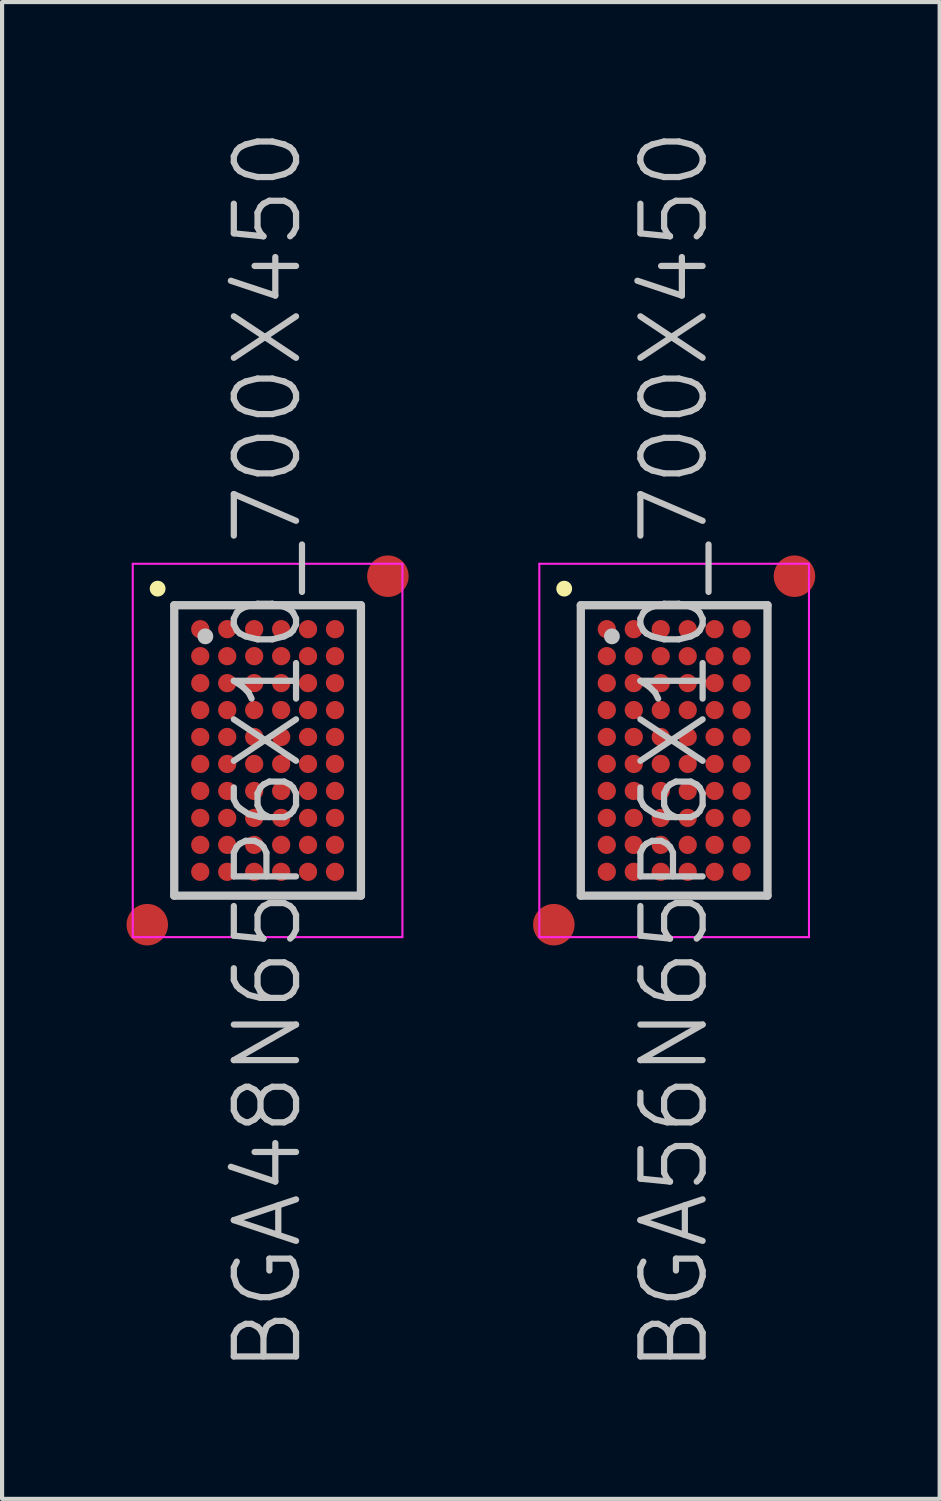
<source format=kicad_pcb>
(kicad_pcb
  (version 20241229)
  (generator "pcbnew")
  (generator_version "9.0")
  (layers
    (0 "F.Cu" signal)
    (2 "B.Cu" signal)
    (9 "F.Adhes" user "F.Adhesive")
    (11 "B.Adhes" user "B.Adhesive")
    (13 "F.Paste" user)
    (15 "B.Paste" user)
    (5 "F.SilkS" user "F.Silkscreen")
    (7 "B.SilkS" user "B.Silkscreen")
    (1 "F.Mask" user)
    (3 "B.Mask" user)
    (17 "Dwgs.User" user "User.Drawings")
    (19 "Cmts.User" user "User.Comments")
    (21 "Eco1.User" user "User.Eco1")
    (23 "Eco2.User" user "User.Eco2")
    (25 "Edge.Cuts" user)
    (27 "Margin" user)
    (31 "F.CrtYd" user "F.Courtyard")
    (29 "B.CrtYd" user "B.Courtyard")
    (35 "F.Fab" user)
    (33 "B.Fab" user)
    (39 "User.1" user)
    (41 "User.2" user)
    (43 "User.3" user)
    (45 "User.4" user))
  (footprint "BGA48N65P6X10_700X450"
    (layer "F.Cu")
    (at 3.4 15.039)
    (property "Reference" "BGA48N65P6X10_700X450" (at 0 0 90) (layer "Dwgs.User") (effects (font (size 1.5 1.5) (thickness 0.15))))
    (attr smd)
    (fp_line (start -2.65 -3.9) (end -2.65 -3.9) (stroke (width 0.381) (type solid)) (layer "F.SilkS"))
    (fp_line (start -2.25 -3.5) (end -2.25 3.5) (stroke (width 0.2) (type solid)) (layer "Dwgs.User"))
    (fp_line (start -2.25 -3.5) (end 2.25 -3.5) (stroke (width 0.2) (type solid)) (layer "Dwgs.User"))
    (fp_line (start -2.25 3.5) (end 2.25 3.5) (stroke (width 0.2) (type solid)) (layer "Dwgs.User"))
    (fp_line (start -1.5 -2.75) (end -1.5 -2.75) (stroke (width 0.381) (type solid)) (layer "Dwgs.User"))
    (fp_line (start 2.25 -3.5) (end 2.25 3.5) (stroke (width 0.2) (type solid)) (layer "Dwgs.User"))
    (fp_line (start -3.25 -4.5) (end -3.25 4.5) (stroke (width 0.05) (type solid)) (layer "F.CrtYd"))
    (fp_line (start -3.25 -4.5) (end 3.25 -4.5) (stroke (width 0.05) (type solid)) (layer "F.CrtYd"))
    (fp_line (start -3.25 4.5) (end 3.25 4.5) (stroke (width 0.05) (type solid)) (layer "F.CrtYd"))
    (fp_line (start 3.25 -4.5) (end 3.25 4.5) (stroke (width 0.05) (type solid)) (layer "F.CrtYd"))
    (pad "" smd circle (at -2.9 4.2) (size 1 1) (layers "F.Cu" "F.Mask"))
    (pad "" smd circle (at 2.9 -4.2) (size 1 1) (layers "F.Cu" "F.Mask"))
    (pad "A1" smd circle (at -1.623 -2.923) (size 0.44 0.44) (layers "F.Cu" "F.Mask" "F.Paste"))
    (pad "A2" smd circle (at -0.973 -2.923) (size 0.44 0.44) (layers "F.Cu" "F.Mask" "F.Paste"))
    (pad "A3" smd circle (at -0.323 -2.923) (size 0.44 0.44) (layers "F.Cu" "F.Mask" "F.Paste"))
    (pad "A4" smd circle (at 0.327 -2.923) (size 0.44 0.44) (layers "F.Cu" "F.Mask" "F.Paste"))
    (pad "A5" smd circle (at 0.975 -2.923) (size 0.44 0.44) (layers "F.Cu" "F.Mask" "F.Paste"))
    (pad "A6" smd circle (at 1.625 -2.923) (size 0.44 0.44) (layers "F.Cu" "F.Mask" "F.Paste"))
    (pad "B1" smd circle (at -1.623 -2.273) (size 0.44 0.44) (layers "F.Cu" "F.Mask" "F.Paste"))
    (pad "B2" smd circle (at -0.973 -2.273) (size 0.44 0.44) (layers "F.Cu" "F.Mask" "F.Paste"))
    (pad "B3" smd circle (at -0.323 -2.273) (size 0.44 0.44) (layers "F.Cu" "F.Mask" "F.Paste"))
    (pad "B4" smd circle (at 0.327 -2.273) (size 0.44 0.44) (layers "F.Cu" "F.Mask" "F.Paste"))
    (pad "B5" smd circle (at 0.975 -2.273) (size 0.44 0.44) (layers "F.Cu" "F.Mask" "F.Paste"))
    (pad "B6" smd circle (at 1.625 -2.273) (size 0.44 0.44) (layers "F.Cu" "F.Mask" "F.Paste"))
    (pad "C1" smd circle (at -1.623 -1.623) (size 0.44 0.44) (layers "F.Cu" "F.Mask" "F.Paste"))
    (pad "C2" smd circle (at -0.973 -1.623) (size 0.44 0.44) (layers "F.Cu" "F.Mask" "F.Paste"))
    (pad "C3" smd circle (at -0.323 -1.623) (size 0.44 0.44) (layers "F.Cu" "F.Mask" "F.Paste"))
    (pad "C4" smd circle (at 0.327 -1.623) (size 0.44 0.44) (layers "F.Cu" "F.Mask" "F.Paste"))
    (pad "C5" smd circle (at 0.975 -1.623) (size 0.44 0.44) (layers "F.Cu" "F.Mask" "F.Paste"))
    (pad "C6" smd circle (at 1.625 -1.623) (size 0.44 0.44) (layers "F.Cu" "F.Mask" "F.Paste"))
    (pad "D1" smd circle (at -1.623 -0.973) (size 0.44 0.44) (layers "F.Cu" "F.Mask" "F.Paste"))
    (pad "D2" smd circle (at -0.973 -0.973) (size 0.44 0.44) (layers "F.Cu" "F.Mask" "F.Paste"))
    (pad "D3" smd circle (at -0.323 -0.973) (size 0.44 0.44) (layers "F.Cu" "F.Mask" "F.Paste"))
    (pad "D4" smd circle (at 0.327 -0.973) (size 0.44 0.44) (layers "F.Cu" "F.Mask" "F.Paste"))
    (pad "D5" smd circle (at 0.975 -0.973) (size 0.44 0.44) (layers "F.Cu" "F.Mask" "F.Paste"))
    (pad "D6" smd circle (at 1.625 -0.973) (size 0.44 0.44) (layers "F.Cu" "F.Mask" "F.Paste"))
    (pad "E1" smd circle (at -1.623 -0.325) (size 0.44 0.44) (layers "F.Cu" "F.Mask" "F.Paste"))
    (pad "E2" smd circle (at -0.973 -0.325) (size 0.44 0.44) (layers "F.Cu" "F.Mask" "F.Paste"))
    (pad "E3" smd circle (at -0.323 -0.325) (size 0.44 0.44) (layers "F.Cu" "F.Mask" "F.Paste"))
    (pad "E4" smd circle (at 0.327 -0.325) (size 0.44 0.44) (layers "F.Cu" "F.Mask" "F.Paste"))
    (pad "E5" smd circle (at 0.975 -0.325) (size 0.44 0.44) (layers "F.Cu" "F.Mask" "F.Paste"))
    (pad "E6" smd circle (at 1.625 -0.325) (size 0.44 0.44) (layers "F.Cu" "F.Mask" "F.Paste"))
    (pad "F1" smd circle (at -1.623 0.325) (size 0.44 0.44) (layers "F.Cu" "F.Mask" "F.Paste"))
    (pad "F2" smd circle (at -0.973 0.325) (size 0.44 0.44) (layers "F.Cu" "F.Mask" "F.Paste"))
    (pad "F3" smd circle (at -0.323 0.325) (size 0.44 0.44) (layers "F.Cu" "F.Mask" "F.Paste"))
    (pad "F4" smd circle (at 0.327 0.325) (size 0.44 0.44) (layers "F.Cu" "F.Mask" "F.Paste"))
    (pad "F5" smd circle (at 0.975 0.325) (size 0.44 0.44) (layers "F.Cu" "F.Mask" "F.Paste"))
    (pad "F6" smd circle (at 1.625 0.325) (size 0.44 0.44) (layers "F.Cu" "F.Mask" "F.Paste"))
    (pad "G1" smd circle (at -1.623 0.976) (size 0.44 0.44) (layers "F.Cu" "F.Mask" "F.Paste"))
    (pad "G2" smd circle (at -0.973 0.976) (size 0.44 0.44) (layers "F.Cu" "F.Mask" "F.Paste"))
    (pad "G3" smd circle (at -0.323 0.976) (size 0.44 0.44) (layers "F.Cu" "F.Mask" "F.Paste"))
    (pad "G4" smd circle (at 0.327 0.976) (size 0.44 0.44) (layers "F.Cu" "F.Mask" "F.Paste"))
    (pad "G5" smd circle (at 0.975 0.976) (size 0.44 0.44) (layers "F.Cu" "F.Mask" "F.Paste"))
    (pad "G6" smd circle (at 1.625 0.976) (size 0.44 0.44) (layers "F.Cu" "F.Mask" "F.Paste"))
    (pad "H1" smd circle (at -1.623 1.626) (size 0.44 0.44) (layers "F.Cu" "F.Mask" "F.Paste"))
    (pad "H2" smd circle (at -0.973 1.626) (size 0.44 0.44) (layers "F.Cu" "F.Mask" "F.Paste"))
    (pad "H3" smd circle (at -0.323 1.626) (size 0.44 0.44) (layers "F.Cu" "F.Mask" "F.Paste"))
    (pad "H4" smd circle (at 0.327 1.626) (size 0.44 0.44) (layers "F.Cu" "F.Mask" "F.Paste"))
    (pad "H5" smd circle (at 0.975 1.626) (size 0.44 0.44) (layers "F.Cu" "F.Mask" "F.Paste"))
    (pad "H6" smd circle (at 1.625 1.626) (size 0.44 0.44) (layers "F.Cu" "F.Mask" "F.Paste"))
    (pad "J1" smd circle (at -1.623 2.276) (size 0.44 0.44) (layers "F.Cu" "F.Mask" "F.Paste"))
    (pad "J2" smd circle (at -0.973 2.276) (size 0.44 0.44) (layers "F.Cu" "F.Mask" "F.Paste"))
    (pad "J3" smd circle (at -0.323 2.276) (size 0.44 0.44) (layers "F.Cu" "F.Mask" "F.Paste"))
    (pad "J4" smd circle (at 0.327 2.276) (size 0.44 0.44) (layers "F.Cu" "F.Mask" "F.Paste"))
    (pad "J5" smd circle (at 0.975 2.276) (size 0.44 0.44) (layers "F.Cu" "F.Mask" "F.Paste"))
    (pad "J6" smd circle (at 1.625 2.276) (size 0.44 0.44) (layers "F.Cu" "F.Mask" "F.Paste"))
    (pad "K1" smd circle (at -1.623 2.926) (size 0.44 0.44) (layers "F.Cu" "F.Mask" "F.Paste"))
    (pad "K2" smd circle (at -0.973 2.926) (size 0.44 0.44) (layers "F.Cu" "F.Mask" "F.Paste"))
    (pad "K3" smd circle (at -0.323 2.926) (size 0.44 0.44) (layers "F.Cu" "F.Mask" "F.Paste"))
    (pad "K4" smd circle (at 0.327 2.926) (size 0.44 0.44) (layers "F.Cu" "F.Mask" "F.Paste"))
    (pad "K5" smd circle (at 0.975 2.926) (size 0.44 0.44) (layers "F.Cu" "F.Mask" "F.Paste"))
    (pad "K6" smd circle (at 1.625 2.926) (size 0.44 0.44) (layers "F.Cu" "F.Mask" "F.Paste")))
  (footprint "BGA56N65P6X10_700X450"
    (layer "F.Cu")
    (at 13.2 15.039)
    (property "Reference" "BGA56N65P6X10_700X450" (at 0 0 90) (layer "Dwgs.User") (effects (font (size 1.5 1.5) (thickness 0.15))))
    (attr smd)
    (fp_line (start -2.65 -3.9) (end -2.65 -3.9) (stroke (width 0.381) (type solid)) (layer "F.SilkS"))
    (fp_line (start -2.25 -3.5) (end -2.25 3.5) (stroke (width 0.2) (type solid)) (layer "Dwgs.User"))
    (fp_line (start -2.25 -3.5) (end 2.25 -3.5) (stroke (width 0.2) (type solid)) (layer "Dwgs.User"))
    (fp_line (start -2.25 3.5) (end 2.25 3.5) (stroke (width 0.2) (type solid)) (layer "Dwgs.User"))
    (fp_line (start -1.5 -2.75) (end -1.5 -2.75) (stroke (width 0.381) (type solid)) (layer "Dwgs.User"))
    (fp_line (start 2.25 -3.5) (end 2.25 3.5) (stroke (width 0.2) (type solid)) (layer "Dwgs.User"))
    (fp_line (start -3.25 -4.5) (end -3.25 4.5) (stroke (width 0.05) (type solid)) (layer "F.CrtYd"))
    (fp_line (start -3.25 -4.5) (end 3.25 -4.5) (stroke (width 0.05) (type solid)) (layer "F.CrtYd"))
    (fp_line (start -3.25 4.5) (end 3.25 4.5) (stroke (width 0.05) (type solid)) (layer "F.CrtYd"))
    (fp_line (start 3.25 -4.5) (end 3.25 4.5) (stroke (width 0.05) (type solid)) (layer "F.CrtYd"))
    (pad "" smd circle (at -2.9 4.2) (size 1 1) (layers "F.Cu" "F.Mask"))
    (pad "" smd circle (at 2.9 -4.2) (size 1 1) (layers "F.Cu" "F.Mask"))
    (pad "A1" smd circle (at -1.623 -2.923) (size 0.44 0.44) (layers "F.Cu" "F.Mask" "F.Paste"))
    (pad "A2" smd circle (at -0.973 -2.923) (size 0.44 0.44) (layers "F.Cu" "F.Mask" "F.Paste"))
    (pad "A3" smd circle (at -0.323 -2.923) (size 0.44 0.44) (layers "F.Cu" "F.Mask" "F.Paste"))
    (pad "A4" smd circle (at 0.327 -2.923) (size 0.44 0.44) (layers "F.Cu" "F.Mask" "F.Paste"))
    (pad "A5" smd circle (at 0.975 -2.923) (size 0.44 0.44) (layers "F.Cu" "F.Mask" "F.Paste"))
    (pad "A6" smd circle (at 1.625 -2.923) (size 0.44 0.44) (layers "F.Cu" "F.Mask" "F.Paste"))
    (pad "B1" smd circle (at -1.623 -2.273) (size 0.44 0.44) (layers "F.Cu" "F.Mask" "F.Paste"))
    (pad "B2" smd circle (at -0.973 -2.273) (size 0.44 0.44) (layers "F.Cu" "F.Mask" "F.Paste"))
    (pad "B3" smd circle (at -0.323 -2.273) (size 0.44 0.44) (layers "F.Cu" "F.Mask" "F.Paste"))
    (pad "B4" smd circle (at 0.327 -2.273) (size 0.44 0.44) (layers "F.Cu" "F.Mask" "F.Paste"))
    (pad "B5" smd circle (at 0.975 -2.273) (size 0.44 0.44) (layers "F.Cu" "F.Mask" "F.Paste"))
    (pad "B6" smd circle (at 1.625 -2.273) (size 0.44 0.44) (layers "F.Cu" "F.Mask" "F.Paste"))
    (pad "C1" smd circle (at -1.623 -1.623) (size 0.44 0.44) (layers "F.Cu" "F.Mask" "F.Paste"))
    (pad "C2" smd circle (at -0.973 -1.623) (size 0.44 0.44) (layers "F.Cu" "F.Mask" "F.Paste"))
    (pad "C3" smd circle (at -0.323 -1.623) (size 0.44 0.44) (layers "F.Cu" "F.Mask" "F.Paste"))
    (pad "C4" smd circle (at 0.327 -1.623) (size 0.44 0.44) (layers "F.Cu" "F.Mask" "F.Paste"))
    (pad "C5" smd circle (at 0.975 -1.623) (size 0.44 0.44) (layers "F.Cu" "F.Mask" "F.Paste"))
    (pad "C6" smd circle (at 1.625 -1.623) (size 0.44 0.44) (layers "F.Cu" "F.Mask" "F.Paste"))
    (pad "D1" smd circle (at -1.623 -0.973) (size 0.44 0.44) (layers "F.Cu" "F.Mask" "F.Paste"))
    (pad "D2" smd circle (at -0.973 -0.973) (size 0.44 0.44) (layers "F.Cu" "F.Mask" "F.Paste"))
    (pad "D3" smd circle (at -0.323 -0.973) (size 0.44 0.44) (layers "F.Cu" "F.Mask" "F.Paste"))
    (pad "D4" smd circle (at 0.327 -0.973) (size 0.44 0.44) (layers "F.Cu" "F.Mask" "F.Paste"))
    (pad "D5" smd circle (at 0.975 -0.973) (size 0.44 0.44) (layers "F.Cu" "F.Mask" "F.Paste"))
    (pad "D6" smd circle (at 1.625 -0.973) (size 0.44 0.44) (layers "F.Cu" "F.Mask" "F.Paste"))
    (pad "E1" smd circle (at -1.623 -0.325) (size 0.44 0.44) (layers "F.Cu" "F.Mask" "F.Paste"))
    (pad "E2" smd circle (at -0.973 -0.325) (size 0.44 0.44) (layers "F.Cu" "F.Mask" "F.Paste"))
    (pad "E3" smd circle (at -0.323 -0.325) (size 0.44 0.44) (layers "F.Cu" "F.Mask" "F.Paste"))
    (pad "E4" smd circle (at 0.327 -0.325) (size 0.44 0.44) (layers "F.Cu" "F.Mask" "F.Paste"))
    (pad "E5" smd circle (at 0.975 -0.325) (size 0.44 0.44) (layers "F.Cu" "F.Mask" "F.Paste"))
    (pad "E6" smd circle (at 1.625 -0.325) (size 0.44 0.44) (layers "F.Cu" "F.Mask" "F.Paste"))
    (pad "F1" smd circle (at -1.623 0.325) (size 0.44 0.44) (layers "F.Cu" "F.Mask" "F.Paste"))
    (pad "F2" smd circle (at -0.973 0.325) (size 0.44 0.44) (layers "F.Cu" "F.Mask" "F.Paste"))
    (pad "F3" smd circle (at -0.323 0.325) (size 0.44 0.44) (layers "F.Cu" "F.Mask" "F.Paste"))
    (pad "F4" smd circle (at 0.327 0.325) (size 0.44 0.44) (layers "F.Cu" "F.Mask" "F.Paste"))
    (pad "F5" smd circle (at 0.975 0.325) (size 0.44 0.44) (layers "F.Cu" "F.Mask" "F.Paste"))
    (pad "F6" smd circle (at 1.625 0.325) (size 0.44 0.44) (layers "F.Cu" "F.Mask" "F.Paste"))
    (pad "G1" smd circle (at -1.623 0.976) (size 0.44 0.44) (layers "F.Cu" "F.Mask" "F.Paste"))
    (pad "G2" smd circle (at -0.973 0.976) (size 0.44 0.44) (layers "F.Cu" "F.Mask" "F.Paste"))
    (pad "G3" smd circle (at -0.323 0.976) (size 0.44 0.44) (layers "F.Cu" "F.Mask" "F.Paste"))
    (pad "G4" smd circle (at 0.327 0.976) (size 0.44 0.44) (layers "F.Cu" "F.Mask" "F.Paste"))
    (pad "G5" smd circle (at 0.975 0.976) (size 0.44 0.44) (layers "F.Cu" "F.Mask" "F.Paste"))
    (pad "G6" smd circle (at 1.625 0.976) (size 0.44 0.44) (layers "F.Cu" "F.Mask" "F.Paste"))
    (pad "H1" smd circle (at -1.623 1.626) (size 0.44 0.44) (layers "F.Cu" "F.Mask" "F.Paste"))
    (pad "H2" smd circle (at -0.973 1.626) (size 0.44 0.44) (layers "F.Cu" "F.Mask" "F.Paste"))
    (pad "H3" smd circle (at -0.323 1.626) (size 0.44 0.44) (layers "F.Cu" "F.Mask" "F.Paste"))
    (pad "H4" smd circle (at 0.327 1.626) (size 0.44 0.44) (layers "F.Cu" "F.Mask" "F.Paste"))
    (pad "H5" smd circle (at 0.975 1.626) (size 0.44 0.44) (layers "F.Cu" "F.Mask" "F.Paste"))
    (pad "H6" smd circle (at 1.625 1.626) (size 0.44 0.44) (layers "F.Cu" "F.Mask" "F.Paste"))
    (pad "J1" smd circle (at -1.623 2.276) (size 0.44 0.44) (layers "F.Cu" "F.Mask" "F.Paste"))
    (pad "J2" smd circle (at -0.973 2.276) (size 0.44 0.44) (layers "F.Cu" "F.Mask" "F.Paste"))
    (pad "J3" smd circle (at -0.323 2.276) (size 0.44 0.44) (layers "F.Cu" "F.Mask" "F.Paste"))
    (pad "J4" smd circle (at 0.327 2.276) (size 0.44 0.44) (layers "F.Cu" "F.Mask" "F.Paste"))
    (pad "J5" smd circle (at 0.975 2.276) (size 0.44 0.44) (layers "F.Cu" "F.Mask" "F.Paste"))
    (pad "J6" smd circle (at 1.625 2.276) (size 0.44 0.44) (layers "F.Cu" "F.Mask" "F.Paste"))
    (pad "K1" smd circle (at -1.623 2.926) (size 0.44 0.44) (layers "F.Cu" "F.Mask" "F.Paste"))
    (pad "K2" smd circle (at -0.973 2.926) (size 0.44 0.44) (layers "F.Cu" "F.Mask" "F.Paste"))
    (pad "K3" smd circle (at -0.323 2.926) (size 0.44 0.44) (layers "F.Cu" "F.Mask" "F.Paste"))
    (pad "K4" smd circle (at 0.327 2.926) (size 0.44 0.44) (layers "F.Cu" "F.Mask" "F.Paste"))
    (pad "K5" smd circle (at 0.975 2.926) (size 0.44 0.44) (layers "F.Cu" "F.Mask" "F.Paste"))
    (pad "K6" smd circle (at 1.625 2.926) (size 0.44 0.44) (layers "F.Cu" "F.Mask" "F.Paste")))
  (gr_rect
    (start -3 -3)
    (end 19.6 33.079)
    (stroke (width 0.1) (type default))
    (fill no)
    (layer "Edge.Cuts")))
</source>
